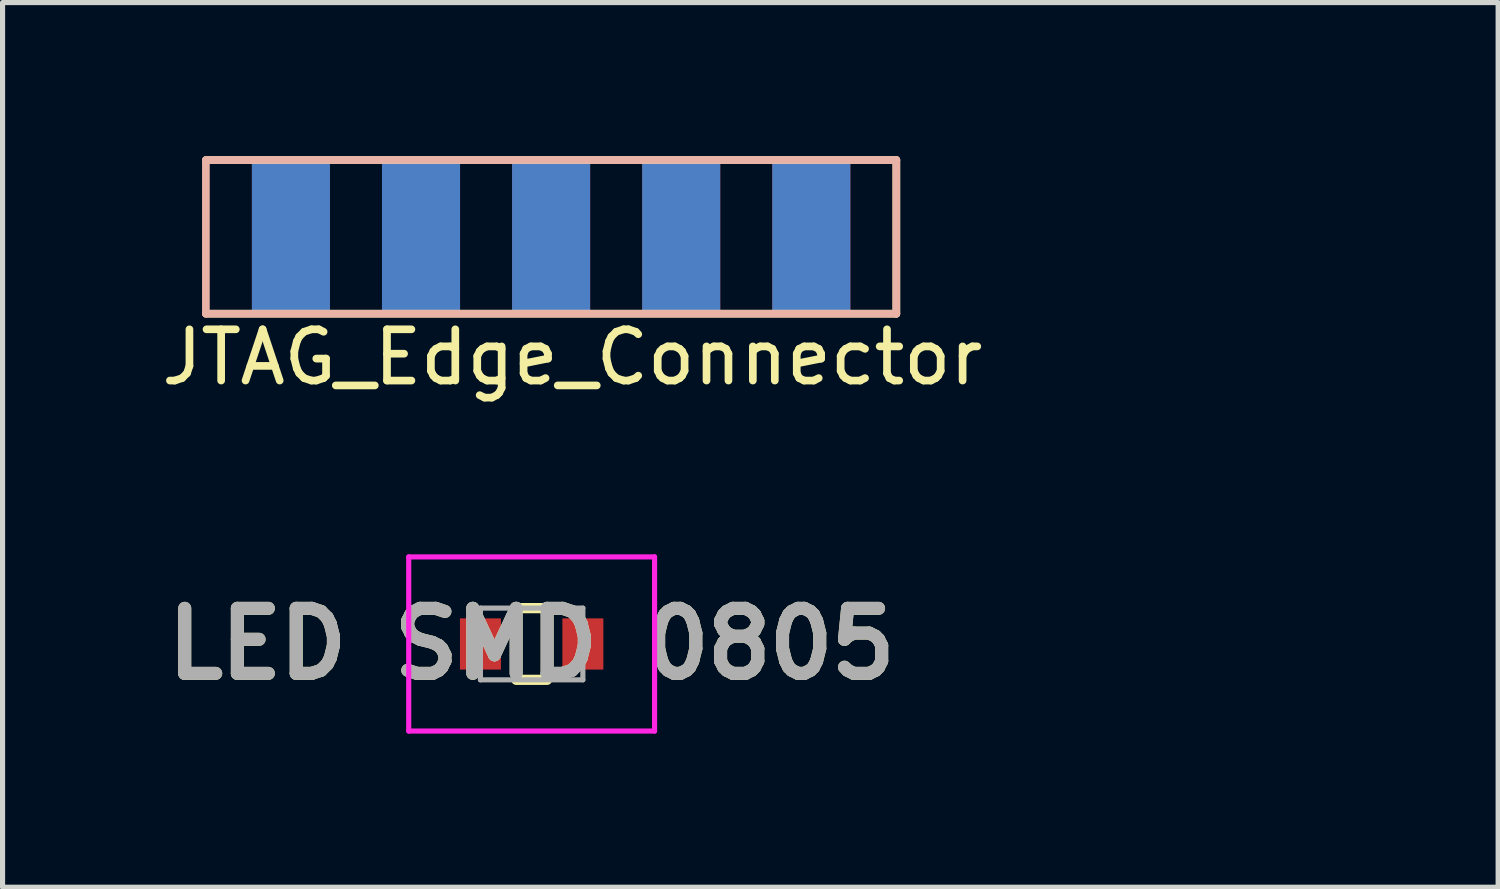
<source format=kicad_pcb>
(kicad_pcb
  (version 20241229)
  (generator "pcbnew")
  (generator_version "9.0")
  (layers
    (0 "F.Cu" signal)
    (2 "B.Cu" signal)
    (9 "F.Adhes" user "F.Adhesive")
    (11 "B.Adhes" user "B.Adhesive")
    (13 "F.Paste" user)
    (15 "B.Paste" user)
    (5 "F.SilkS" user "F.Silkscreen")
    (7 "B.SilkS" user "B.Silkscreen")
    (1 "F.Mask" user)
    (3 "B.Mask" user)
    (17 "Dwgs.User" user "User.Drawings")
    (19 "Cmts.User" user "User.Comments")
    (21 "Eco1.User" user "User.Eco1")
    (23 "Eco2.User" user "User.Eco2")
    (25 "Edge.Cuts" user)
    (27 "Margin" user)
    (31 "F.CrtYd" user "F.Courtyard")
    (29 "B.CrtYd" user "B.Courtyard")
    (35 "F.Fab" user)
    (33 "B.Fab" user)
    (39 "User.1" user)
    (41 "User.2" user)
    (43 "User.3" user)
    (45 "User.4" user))
  (footprint "LED SMD 0805"
    (layer "F.Cu")
    (at 7.33 9.523)
    (property "Reference" "LED SMD 0805" (at 0 0 0) (layer "F.SilkS") (effects (font (size 1.27 1.27) (thickness 0.254))))
    (attr smd)
    (fp_line (start -1.9 0) (end -1.9 0) (stroke (width 0.1) (type solid)) (layer "F.SilkS"))
    (fp_line (start -1.8 0) (end -1.8 0) (stroke (width 0.1) (type solid)) (layer "F.SilkS"))
    (fp_line (start -0.3 -0.7) (end 0.3 -0.7) (stroke (width 0.2) (type solid)) (layer "F.SilkS"))
    (fp_line (start -0.3 0.7) (end 0.3 0.7) (stroke (width 0.2) (type solid)) (layer "F.SilkS"))
    (fp_arc (start -1.9 0) (mid -1.85 -0.05) (end -1.8 0) (stroke (width 0.1) (type solid)) (layer "F.SilkS"))
    (fp_arc (start -1.8 0) (mid -1.85 0.05) (end -1.9 0) (stroke (width 0.1) (type solid)) (layer "F.SilkS"))
    (fp_line (start -2.4 -1.7) (end 2.4 -1.7) (stroke (width 0.1) (type solid)) (layer "F.CrtYd"))
    (fp_line (start -2.4 1.7) (end -2.4 -1.7) (stroke (width 0.1) (type solid)) (layer "F.CrtYd"))
    (fp_line (start 2.4 -1.7) (end 2.4 1.7) (stroke (width 0.1) (type solid)) (layer "F.CrtYd"))
    (fp_line (start 2.4 1.7) (end -2.4 1.7) (stroke (width 0.1) (type solid)) (layer "F.CrtYd"))
    (fp_line (start -1 -0.7) (end 1 -0.7) (stroke (width 0.1) (type solid)) (layer "F.Fab"))
    (fp_line (start -1 0.7) (end -1 -0.7) (stroke (width 0.1) (type solid)) (layer "F.Fab"))
    (fp_line (start 1 -0.7) (end 1 0.7) (stroke (width 0.1) (type solid)) (layer "F.Fab"))
    (fp_line (start 1 0.7) (end -1 0.7) (stroke (width 0.1) (type solid)) (layer "F.Fab"))
    (fp_text user "${REFERENCE}" (at 0 0 0) (layer "F.Fab") (effects (font (size 1.27 1.27) (thickness 0.254))))
    (pad "1" smd rect (at -1 0) (size 0.8 1) (layers "F.Cu" "F.Mask" "F.Paste"))
    (pad "2" smd rect (at 1 0) (size 0.8 1) (layers "F.Cu" "F.Mask" "F.Paste")))
  (footprint "JTAG_Edge_Connector"
    (layer "F.Cu")
    (at 22.95 1.575)
    (property "Reference" "JTAG_Edge_Connector" (at -14.825 2.35 0) (layer "F.SilkS") (effects (font (size 1 1) (thickness 0.15))))
    (attr through_hole)
    (fp_line (start -21.98 -1.5) (end -21.98 1.5) (stroke (width 0.1) (type default)) (layer "F.SilkS"))
    (fp_line (start -21.98 -1.5) (end -8.5 -1.5) (stroke (width 0.15) (type solid)) (layer "F.SilkS"))
    (fp_line (start -8.5 -1.5) (end -8.5 1.5) (stroke (width 0.15) (type solid)) (layer "F.SilkS"))
    (fp_line (start -8.5 1.5) (end -21.98 1.5) (stroke (width 0.15) (type solid)) (layer "F.SilkS"))
    (fp_line (start -21.98 -1.5) (end -8.5 -1.5) (stroke (width 0.15) (type solid)) (layer "B.SilkS"))
    (fp_line (start -21.98 1.5) (end -21.98 -1.5) (stroke (width 0.15) (type solid)) (layer "B.SilkS"))
    (fp_line (start -8.5 1.5) (end -21.98 1.5) (stroke (width 0.15) (type solid)) (layer "B.SilkS"))
    (fp_line (start -8.5 1.5) (end -8.5 -1.5) (stroke (width 0.15) (type solid)) (layer "B.SilkS"))
    (pad "1" smd rect (at -20.32 0) (size 1.524 3) (layers "F.Cu" "F.Mask" "F.Paste"))
    (pad "2" smd rect (at -20.32 0) (size 1.524 3) (layers "B.Cu" "B.Mask" "B.Paste"))
    (pad "3" smd rect (at -17.78 0) (size 1.524 3) (layers "F.Cu" "F.Mask" "F.Paste"))
    (pad "4" smd rect (at -17.78 0) (size 1.524 3) (layers "B.Cu" "B.Mask" "B.Paste"))
    (pad "5" smd rect (at -15.24 0) (size 1.524 3) (layers "F.Cu" "F.Mask" "F.Paste"))
    (pad "6" smd rect (at -15.24 0) (size 1.524 3) (layers "B.Cu" "B.Mask" "B.Paste"))
    (pad "7" smd rect (at -12.7 0) (size 1.524 3) (layers "F.Cu" "F.Mask" "F.Paste"))
    (pad "8" smd rect (at -12.7 0) (size 1.524 3) (layers "B.Cu" "B.Mask" "B.Paste"))
    (pad "9" smd rect (at -10.16 0) (size 1.524 3) (layers "F.Cu" "F.Mask" "F.Paste"))
    (pad "10" smd rect (at -10.16 0) (size 1.524 3) (layers "B.Cu" "B.Mask" "B.Paste")))
  (gr_rect
    (start -3 -3)
    (end 26.2 14.273)
    (stroke (width 0.1) (type default))
    (fill no)
    (layer "Edge.Cuts")))
</source>
